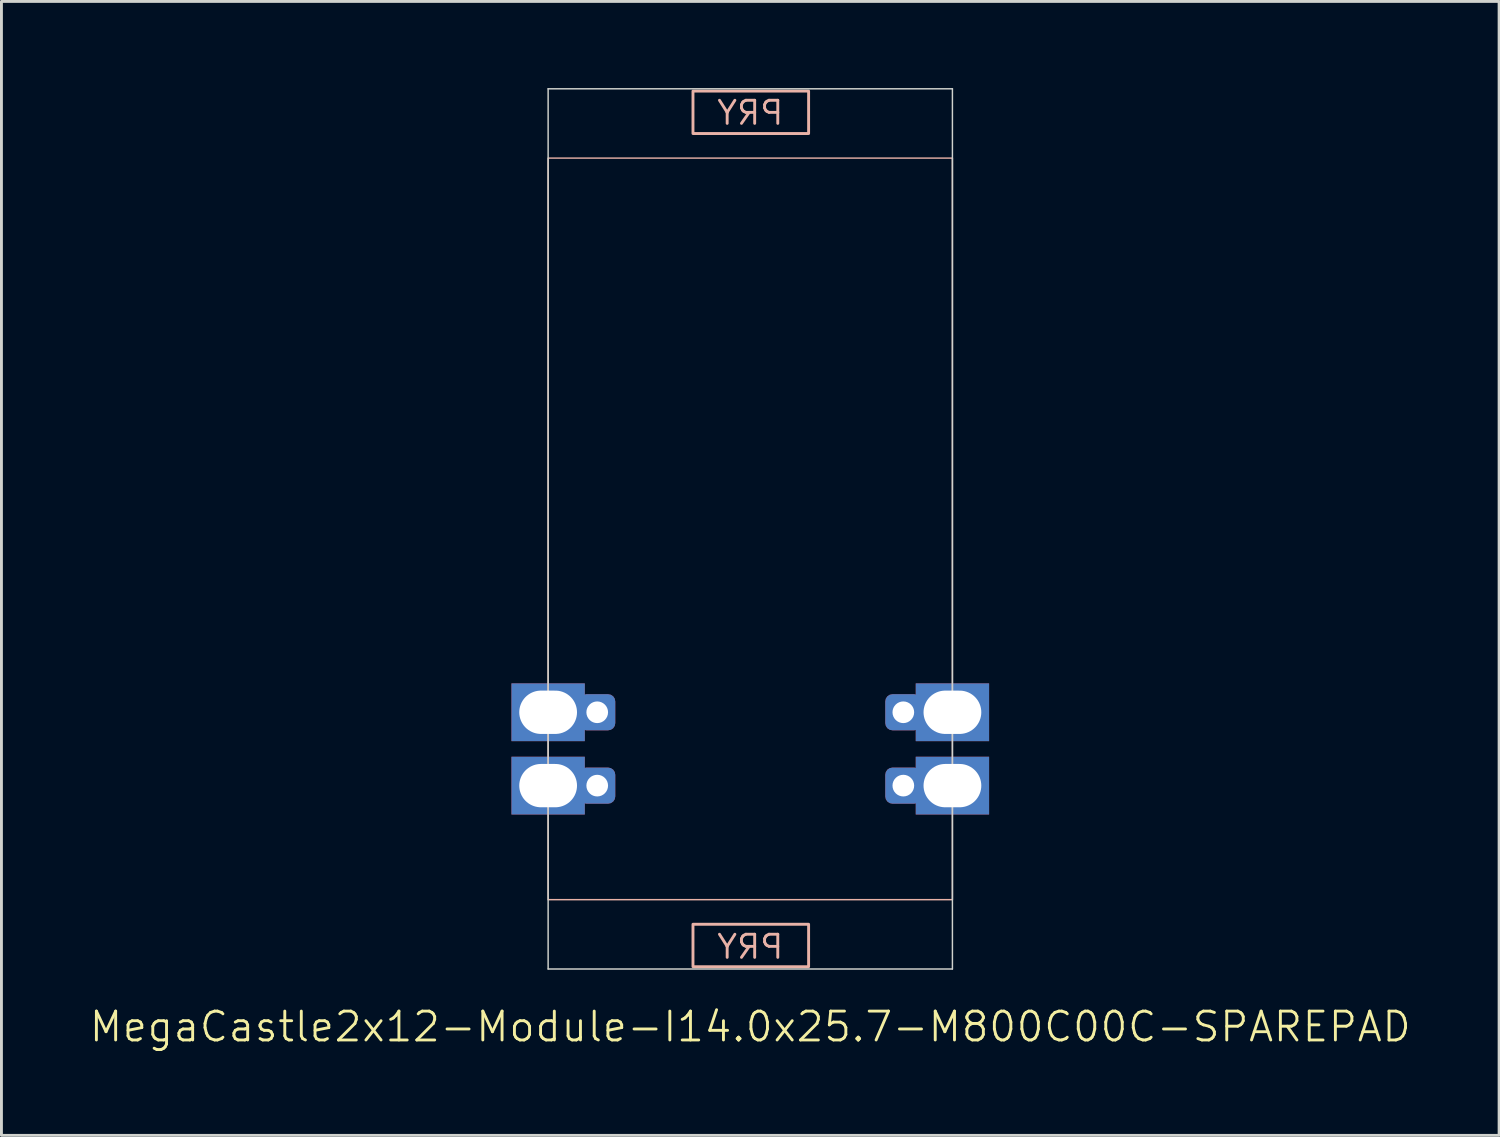
<source format=kicad_pcb>
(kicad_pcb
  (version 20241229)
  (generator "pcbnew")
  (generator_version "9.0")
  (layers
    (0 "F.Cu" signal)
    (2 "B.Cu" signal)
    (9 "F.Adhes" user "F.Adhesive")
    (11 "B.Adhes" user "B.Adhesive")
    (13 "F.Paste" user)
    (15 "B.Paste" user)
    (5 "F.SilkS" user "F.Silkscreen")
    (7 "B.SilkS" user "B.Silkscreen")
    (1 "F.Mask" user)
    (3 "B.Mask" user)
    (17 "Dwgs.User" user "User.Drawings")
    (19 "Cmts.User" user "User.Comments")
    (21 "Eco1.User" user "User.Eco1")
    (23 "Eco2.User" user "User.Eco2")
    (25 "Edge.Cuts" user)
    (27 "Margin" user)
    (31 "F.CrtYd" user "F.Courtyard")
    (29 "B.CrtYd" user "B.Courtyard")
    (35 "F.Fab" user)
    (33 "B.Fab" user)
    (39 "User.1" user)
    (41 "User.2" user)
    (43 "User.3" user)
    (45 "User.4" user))
  (footprint "MegaCastle2x12-Module-I14.0x25.7-M800C00C-SPAREPAD"
    (layer "F.Cu")
    (at 22.931 15.265)
    (property "Reference" "MegaCastle2x12-Module-I14.0x25.7-M800C00C-SPAREPAD" (at 0 17.24 0) (unlocked yes) (layer "F.SilkS") (effects (font (size 1 1) (thickness 0.1))))
    (attr smd)
    (fp_rect (start -7 12.84) (end 7 -12.84) (stroke (width 0.05) (type default)) (fill no) (layer "B.SilkS"))
    (fp_rect (start -1.984 -13.691) (end 2.02 -15.16) (stroke (width 0.1) (type default)) (fill no) (layer "B.SilkS"))
    (fp_rect (start -1.984 13.691) (end 2.02 15.16) (stroke (width 0.1) (type default)) (fill no) (layer "B.SilkS"))
    (fp_line (start -7 -15.24) (end -7 15.24) (stroke (width 0.05) (type default)) (layer "Edge.Cuts"))
    (fp_line (start -7 -15.24) (end 7 -15.24) (stroke (width 0.05) (type default)) (layer "Edge.Cuts"))
    (fp_line (start -7 15.24) (end 7 15.24) (stroke (width 0.05) (type default)) (layer "Edge.Cuts"))
    (fp_line (start 7 -15.24) (end 7 15.24) (stroke (width 0.05) (type default)) (layer "Edge.Cuts"))
    (fp_text user "PRY" (at 0 14.94 0) (unlocked yes) (layer "B.SilkS") (effects (font (size 0.8 0.8) (thickness 0.1)) (justify bottom mirror)))
    (fp_text user "PRY" (at 0 -13.94 0) (unlocked yes) (layer "B.SilkS") (effects (font (size 0.8 0.8) (thickness 0.1)) (justify bottom mirror)))
    (pad "9" thru_hole rect (at -7 6.35) (size 2.54 2) (drill oval 2 1.5) (property pad_prop_castellated) (layers "*.Cu" "*.Mask"))
    (pad "9" thru_hole roundrect (at -5.3 6.35 180) (size 1.25 1.25) (drill 0.75) (layers "*.Cu" "*.Mask") (roundrect_rratio 0.2))
    (pad "10" thru_hole rect (at -7 8.89) (size 2.54 2) (drill oval 2 1.5) (property pad_prop_castellated) (layers "*.Cu" "*.Mask"))
    (pad "10" thru_hole roundrect (at -5.3 8.89 180) (size 1.25 1.25) (drill 0.75) (layers "*.Cu" "*.Mask") (roundrect_rratio 0.2))
    (pad "21" thru_hole roundrect (at 5.3 6.35 180) (size 1.25 1.25) (drill 0.75) (layers "*.Cu" "*.Mask") (roundrect_rratio 0.2))
    (pad "21" thru_hole rect (at 7 6.35) (size 2.54 2) (drill oval 2 1.5) (property pad_prop_castellated) (layers "*.Cu" "*.Mask"))
    (pad "22" thru_hole roundrect (at 5.3 8.89 180) (size 1.25 1.25) (drill 0.75) (layers "*.Cu" "*.Mask") (roundrect_rratio 0.2))
    (pad "22" thru_hole rect (at 7 8.89) (size 2.54 2) (drill oval 2 1.5) (property pad_prop_castellated) (layers "*.Cu" "*.Mask"))
    (zone (net_name "") (layer "B.Cu") (hatch edge 0.5) (connect_pads) (min_thickness 0.25) (filled_areas_thickness no) (keepout (tracks allowed) (vias allowed) (pads allowed) (copperpour allowed) (footprints not_allowed)) (placement (enabled no)) (fill) (polygon (pts (xy 15.931 30.505) (xy 15.931 0.025))))
    (zone (net_name "") (layer "B.Cu") (hatch edge 0.5) (connect_pads) (min_thickness 0.25) (filled_areas_thickness no) (keepout (tracks allowed) (vias allowed) (pads allowed) (copperpour allowed) (footprints not_allowed)) (placement (enabled no)) (fill) (polygon (pts (xy 29.931 30.505) (xy 29.931 0.025))))
    (zone (net_name "") (layer "B.Cu") (hatch edge 0.5) (connect_pads) (min_thickness 0.25) (filled_areas_thickness no) (keepout (tracks allowed) (vias allowed) (pads allowed) (copperpour allowed) (footprints not_allowed)) (placement (enabled no)) (fill) (polygon (pts (xy 15.931 0.025) (xy 15.931 2.425) (xy 29.931 2.425) (xy 29.931 0.025))))
    (zone (net_name "") (layer "B.Cu") (hatch edge 0.5) (connect_pads) (min_thickness 0.25) (filled_areas_thickness no) (keepout (tracks allowed) (vias allowed) (pads allowed) (copperpour allowed) (footprints not_allowed)) (placement (enabled no)) (fill) (polygon (pts (xy 15.931 30.505) (xy 15.931 28.105) (xy 29.931 28.105) (xy 29.931 30.505))))
    (zone (net_name "") (layer "B.Cu") (name "Upper Pry Zone") (hatch edge 0.5) (connect_pads) (min_thickness 0.25) (filled_areas_thickness no) (keepout (tracks not_allowed) (vias not_allowed) (pads not_allowed) (copperpour allowed) (footprints not_allowed)) (placement (enabled no)) (fill) (polygon (pts (xy 20.947 1.574) (xy 20.947 0.105) (xy 24.95 0.105) (xy 24.95 1.574))))
    (zone (net_name "") (layer "B.Cu") (name "Upper Pry Zone") (hatch edge 0.5) (connect_pads) (min_thickness 0.25) (filled_areas_thickness no) (keepout (tracks not_allowed) (vias not_allowed) (pads not_allowed) (copperpour allowed) (footprints not_allowed)) (placement (enabled no)) (fill) (polygon (pts (xy 20.947 28.956) (xy 20.947 30.425) (xy 24.95 30.425) (xy 24.95 28.956)))))
  (gr_rect
    (start -3 -3)
    (end 48.862 36.266)
    (stroke (width 0.1) (type default))
    (fill no)
    (layer "Edge.Cuts")))
</source>
